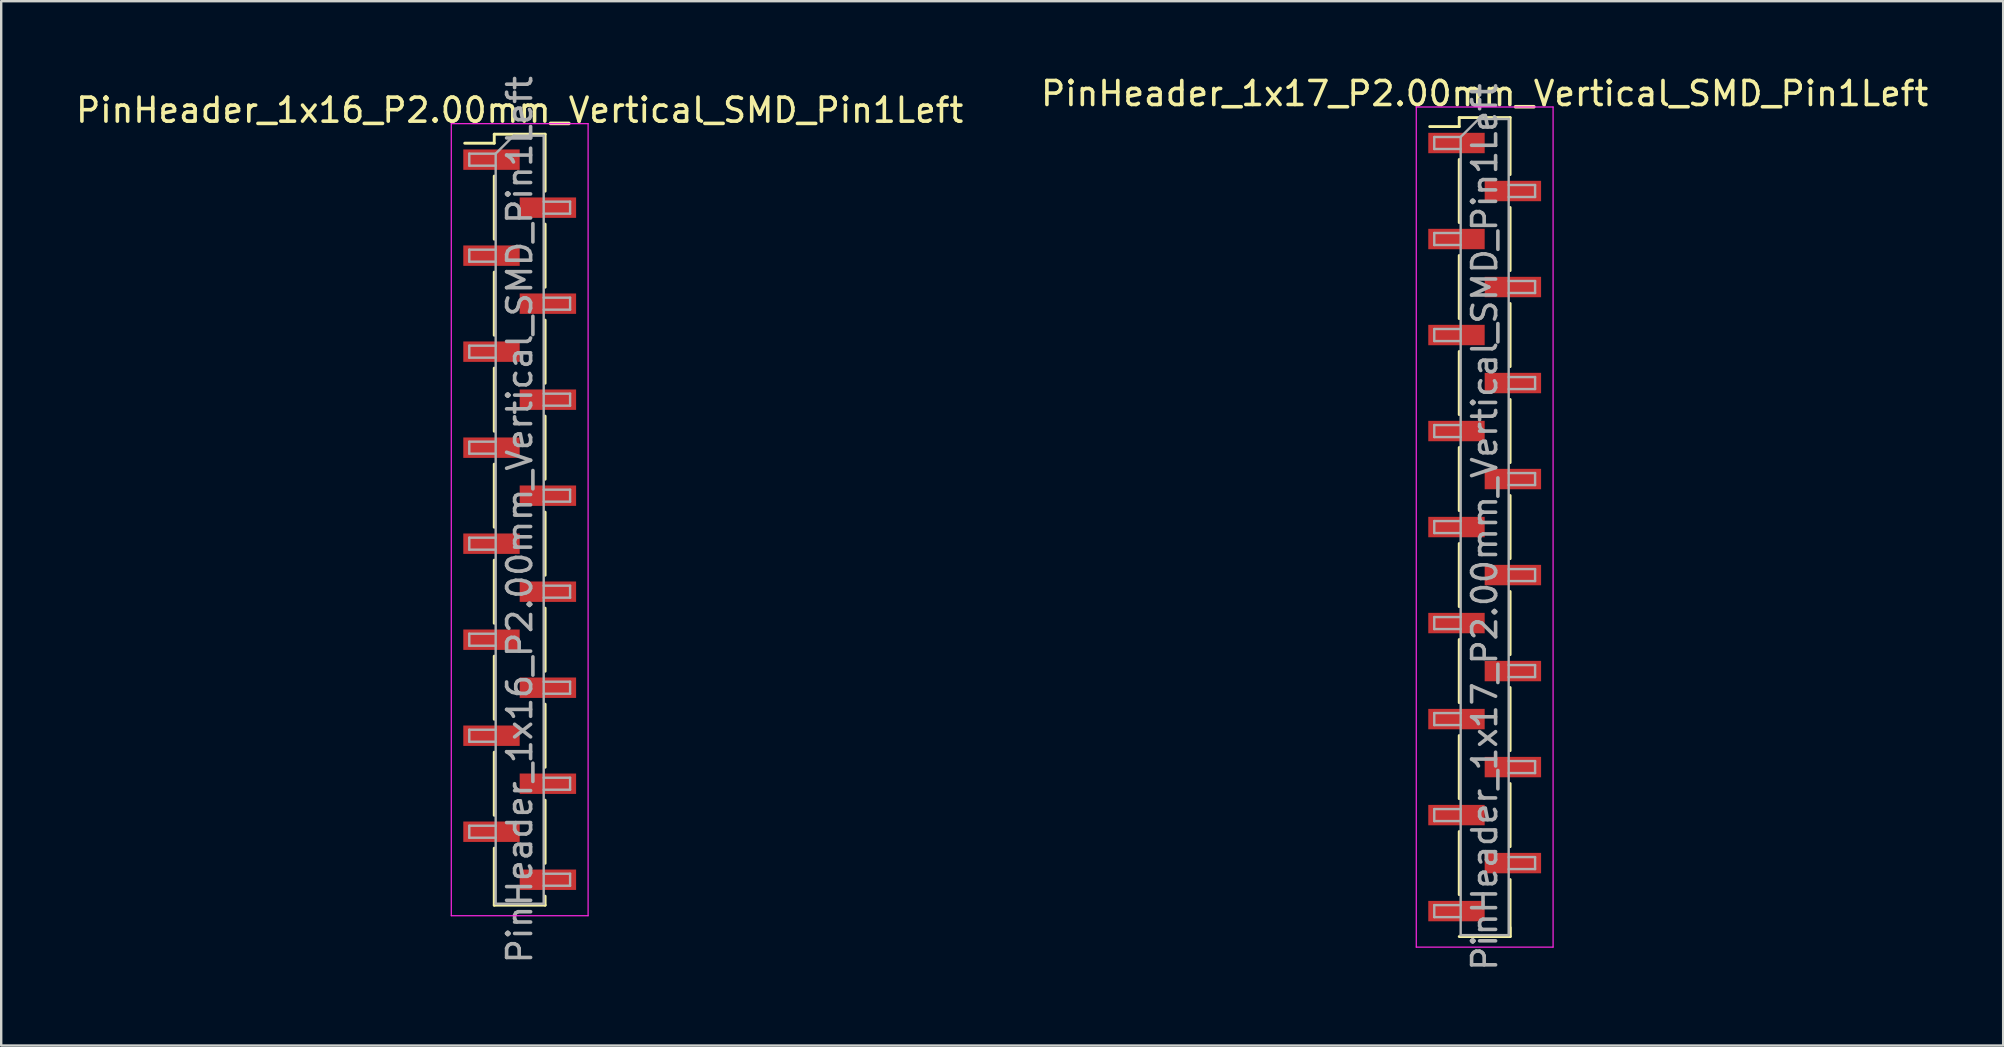
<source format=kicad_pcb>
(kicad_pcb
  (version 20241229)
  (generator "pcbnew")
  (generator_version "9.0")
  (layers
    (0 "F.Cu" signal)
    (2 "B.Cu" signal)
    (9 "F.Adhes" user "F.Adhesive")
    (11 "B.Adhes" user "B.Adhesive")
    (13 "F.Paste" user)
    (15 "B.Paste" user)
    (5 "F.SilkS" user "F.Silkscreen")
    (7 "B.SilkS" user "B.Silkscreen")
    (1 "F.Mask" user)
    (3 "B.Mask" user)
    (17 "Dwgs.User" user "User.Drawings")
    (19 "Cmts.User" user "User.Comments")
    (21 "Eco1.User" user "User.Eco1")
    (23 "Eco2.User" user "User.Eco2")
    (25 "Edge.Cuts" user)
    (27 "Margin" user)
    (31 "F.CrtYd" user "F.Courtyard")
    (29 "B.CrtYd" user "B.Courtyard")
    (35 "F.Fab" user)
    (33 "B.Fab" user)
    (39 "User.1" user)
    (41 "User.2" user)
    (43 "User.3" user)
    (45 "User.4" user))
  (footprint "PinHeader_1x17_P2.00mm_Vertical_SMD_Pin1Left"
    (layer "F.Cu")
    (at 58.804 18.908)
    (property "Reference" "PinHeader_1x17_P2.00mm_Vertical_SMD_Pin1Left" (at 0 -18.06 0) (layer "F.SilkS") (effects (font (size 1 1) (thickness 0.15))))
    (attr smd)
    (fp_line (start -1.06 -17.06) (end -1.06 -16.685) (stroke (width 0.12) (type solid)) (layer "F.SilkS"))
    (fp_line (start -1.06 -17.06) (end 1.06 -17.06) (stroke (width 0.12) (type solid)) (layer "F.SilkS"))
    (fp_line (start -1.06 -16.685) (end -2.29 -16.685) (stroke (width 0.12) (type solid)) (layer "F.SilkS"))
    (fp_line (start -1.06 -15.315) (end -1.06 -12.685) (stroke (width 0.12) (type solid)) (layer "F.SilkS"))
    (fp_line (start -1.06 -11.315) (end -1.06 -8.685) (stroke (width 0.12) (type solid)) (layer "F.SilkS"))
    (fp_line (start -1.06 -7.315) (end -1.06 -4.685) (stroke (width 0.12) (type solid)) (layer "F.SilkS"))
    (fp_line (start -1.06 -3.315) (end -1.06 -0.685) (stroke (width 0.12) (type solid)) (layer "F.SilkS"))
    (fp_line (start -1.06 0.685) (end -1.06 3.315) (stroke (width 0.12) (type solid)) (layer "F.SilkS"))
    (fp_line (start -1.06 4.685) (end -1.06 7.315) (stroke (width 0.12) (type solid)) (layer "F.SilkS"))
    (fp_line (start -1.06 8.685) (end -1.06 11.315) (stroke (width 0.12) (type solid)) (layer "F.SilkS"))
    (fp_line (start -1.06 12.685) (end -1.06 15.315) (stroke (width 0.12) (type solid)) (layer "F.SilkS"))
    (fp_line (start -1.06 17.06) (end 1.06 17.06) (stroke (width 0.12) (type solid)) (layer "F.SilkS"))
    (fp_line (start 1.06 -17.06) (end 1.06 -14.685) (stroke (width 0.12) (type solid)) (layer "F.SilkS"))
    (fp_line (start 1.06 -13.315) (end 1.06 -10.685) (stroke (width 0.12) (type solid)) (layer "F.SilkS"))
    (fp_line (start 1.06 -9.315) (end 1.06 -6.685) (stroke (width 0.12) (type solid)) (layer "F.SilkS"))
    (fp_line (start 1.06 -5.315) (end 1.06 -2.685) (stroke (width 0.12) (type solid)) (layer "F.SilkS"))
    (fp_line (start 1.06 -1.315) (end 1.06 1.315) (stroke (width 0.12) (type solid)) (layer "F.SilkS"))
    (fp_line (start 1.06 2.685) (end 1.06 5.315) (stroke (width 0.12) (type solid)) (layer "F.SilkS"))
    (fp_line (start 1.06 6.685) (end 1.06 9.315) (stroke (width 0.12) (type solid)) (layer "F.SilkS"))
    (fp_line (start 1.06 10.685) (end 1.06 13.315) (stroke (width 0.12) (type solid)) (layer "F.SilkS"))
    (fp_line (start 1.06 14.685) (end 1.06 17.06) (stroke (width 0.12) (type solid)) (layer "F.SilkS"))
    (fp_line (start 1.06 16.685) (end 1.06 17.06) (stroke (width 0.12) (type solid)) (layer "F.SilkS"))
    (fp_line (start -2.85 -17.5) (end -2.85 17.5) (stroke (width 0.05) (type solid)) (layer "F.CrtYd"))
    (fp_line (start -2.85 17.5) (end 2.85 17.5) (stroke (width 0.05) (type solid)) (layer "F.CrtYd"))
    (fp_line (start 2.85 -17.5) (end -2.85 -17.5) (stroke (width 0.05) (type solid)) (layer "F.CrtYd"))
    (fp_line (start 2.85 17.5) (end 2.85 -17.5) (stroke (width 0.05) (type solid)) (layer "F.CrtYd"))
    (fp_line (start -2.1 -16.25) (end -2.1 -15.75) (stroke (width 0.1) (type solid)) (layer "F.Fab"))
    (fp_line (start -2.1 -15.75) (end -1 -15.75) (stroke (width 0.1) (type solid)) (layer "F.Fab"))
    (fp_line (start -2.1 -12.25) (end -2.1 -11.75) (stroke (width 0.1) (type solid)) (layer "F.Fab"))
    (fp_line (start -2.1 -11.75) (end -1 -11.75) (stroke (width 0.1) (type solid)) (layer "F.Fab"))
    (fp_line (start -2.1 -8.25) (end -2.1 -7.75) (stroke (width 0.1) (type solid)) (layer "F.Fab"))
    (fp_line (start -2.1 -7.75) (end -1 -7.75) (stroke (width 0.1) (type solid)) (layer "F.Fab"))
    (fp_line (start -2.1 -4.25) (end -2.1 -3.75) (stroke (width 0.1) (type solid)) (layer "F.Fab"))
    (fp_line (start -2.1 -3.75) (end -1 -3.75) (stroke (width 0.1) (type solid)) (layer "F.Fab"))
    (fp_line (start -2.1 -0.25) (end -2.1 0.25) (stroke (width 0.1) (type solid)) (layer "F.Fab"))
    (fp_line (start -2.1 0.25) (end -1 0.25) (stroke (width 0.1) (type solid)) (layer "F.Fab"))
    (fp_line (start -2.1 3.75) (end -2.1 4.25) (stroke (width 0.1) (type solid)) (layer "F.Fab"))
    (fp_line (start -2.1 4.25) (end -1 4.25) (stroke (width 0.1) (type solid)) (layer "F.Fab"))
    (fp_line (start -2.1 7.75) (end -2.1 8.25) (stroke (width 0.1) (type solid)) (layer "F.Fab"))
    (fp_line (start -2.1 8.25) (end -1 8.25) (stroke (width 0.1) (type solid)) (layer "F.Fab"))
    (fp_line (start -2.1 11.75) (end -2.1 12.25) (stroke (width 0.1) (type solid)) (layer "F.Fab"))
    (fp_line (start -2.1 12.25) (end -1 12.25) (stroke (width 0.1) (type solid)) (layer "F.Fab"))
    (fp_line (start -2.1 15.75) (end -2.1 16.25) (stroke (width 0.1) (type solid)) (layer "F.Fab"))
    (fp_line (start -2.1 16.25) (end -1 16.25) (stroke (width 0.1) (type solid)) (layer "F.Fab"))
    (fp_line (start -1 -16.25) (end -2.1 -16.25) (stroke (width 0.1) (type solid)) (layer "F.Fab"))
    (fp_line (start -1 -16.25) (end -0.25 -17) (stroke (width 0.1) (type solid)) (layer "F.Fab"))
    (fp_line (start -1 -12.25) (end -2.1 -12.25) (stroke (width 0.1) (type solid)) (layer "F.Fab"))
    (fp_line (start -1 -8.25) (end -2.1 -8.25) (stroke (width 0.1) (type solid)) (layer "F.Fab"))
    (fp_line (start -1 -4.25) (end -2.1 -4.25) (stroke (width 0.1) (type solid)) (layer "F.Fab"))
    (fp_line (start -1 -0.25) (end -2.1 -0.25) (stroke (width 0.1) (type solid)) (layer "F.Fab"))
    (fp_line (start -1 3.75) (end -2.1 3.75) (stroke (width 0.1) (type solid)) (layer "F.Fab"))
    (fp_line (start -1 7.75) (end -2.1 7.75) (stroke (width 0.1) (type solid)) (layer "F.Fab"))
    (fp_line (start -1 11.75) (end -2.1 11.75) (stroke (width 0.1) (type solid)) (layer "F.Fab"))
    (fp_line (start -1 15.75) (end -2.1 15.75) (stroke (width 0.1) (type solid)) (layer "F.Fab"))
    (fp_line (start -1 17) (end -1 -16.25) (stroke (width 0.1) (type solid)) (layer "F.Fab"))
    (fp_line (start -0.25 -17) (end 1 -17) (stroke (width 0.1) (type solid)) (layer "F.Fab"))
    (fp_line (start 1 -17) (end 1 17) (stroke (width 0.1) (type solid)) (layer "F.Fab"))
    (fp_line (start 1 -14.25) (end 2.1 -14.25) (stroke (width 0.1) (type solid)) (layer "F.Fab"))
    (fp_line (start 1 -10.25) (end 2.1 -10.25) (stroke (width 0.1) (type solid)) (layer "F.Fab"))
    (fp_line (start 1 -6.25) (end 2.1 -6.25) (stroke (width 0.1) (type solid)) (layer "F.Fab"))
    (fp_line (start 1 -2.25) (end 2.1 -2.25) (stroke (width 0.1) (type solid)) (layer "F.Fab"))
    (fp_line (start 1 1.75) (end 2.1 1.75) (stroke (width 0.1) (type solid)) (layer "F.Fab"))
    (fp_line (start 1 5.75) (end 2.1 5.75) (stroke (width 0.1) (type solid)) (layer "F.Fab"))
    (fp_line (start 1 9.75) (end 2.1 9.75) (stroke (width 0.1) (type solid)) (layer "F.Fab"))
    (fp_line (start 1 13.75) (end 2.1 13.75) (stroke (width 0.1) (type solid)) (layer "F.Fab"))
    (fp_line (start 1 17) (end -1 17) (stroke (width 0.1) (type solid)) (layer "F.Fab"))
    (fp_line (start 2.1 -14.25) (end 2.1 -13.75) (stroke (width 0.1) (type solid)) (layer "F.Fab"))
    (fp_line (start 2.1 -13.75) (end 1 -13.75) (stroke (width 0.1) (type solid)) (layer "F.Fab"))
    (fp_line (start 2.1 -10.25) (end 2.1 -9.75) (stroke (width 0.1) (type solid)) (layer "F.Fab"))
    (fp_line (start 2.1 -9.75) (end 1 -9.75) (stroke (width 0.1) (type solid)) (layer "F.Fab"))
    (fp_line (start 2.1 -6.25) (end 2.1 -5.75) (stroke (width 0.1) (type solid)) (layer "F.Fab"))
    (fp_line (start 2.1 -5.75) (end 1 -5.75) (stroke (width 0.1) (type solid)) (layer "F.Fab"))
    (fp_line (start 2.1 -2.25) (end 2.1 -1.75) (stroke (width 0.1) (type solid)) (layer "F.Fab"))
    (fp_line (start 2.1 -1.75) (end 1 -1.75) (stroke (width 0.1) (type solid)) (layer "F.Fab"))
    (fp_line (start 2.1 1.75) (end 2.1 2.25) (stroke (width 0.1) (type solid)) (layer "F.Fab"))
    (fp_line (start 2.1 2.25) (end 1 2.25) (stroke (width 0.1) (type solid)) (layer "F.Fab"))
    (fp_line (start 2.1 5.75) (end 2.1 6.25) (stroke (width 0.1) (type solid)) (layer "F.Fab"))
    (fp_line (start 2.1 6.25) (end 1 6.25) (stroke (width 0.1) (type solid)) (layer "F.Fab"))
    (fp_line (start 2.1 9.75) (end 2.1 10.25) (stroke (width 0.1) (type solid)) (layer "F.Fab"))
    (fp_line (start 2.1 10.25) (end 1 10.25) (stroke (width 0.1) (type solid)) (layer "F.Fab"))
    (fp_line (start 2.1 13.75) (end 2.1 14.25) (stroke (width 0.1) (type solid)) (layer "F.Fab"))
    (fp_line (start 2.1 14.25) (end 1 14.25) (stroke (width 0.1) (type solid)) (layer "F.Fab"))
    (fp_text user "${REFERENCE}" (at 0 0 90) (layer "F.Fab") (effects (font (size 1 1) (thickness 0.15))))
    (pad "1" smd rect (at -1.175 -16) (size 2.35 0.85) (layers "F.Cu" "F.Mask" "F.Paste"))
    (pad "2" smd rect (at 1.175 -14) (size 2.35 0.85) (layers "F.Cu" "F.Mask" "F.Paste"))
    (pad "3" smd rect (at -1.175 -12) (size 2.35 0.85) (layers "F.Cu" "F.Mask" "F.Paste"))
    (pad "4" smd rect (at 1.175 -10) (size 2.35 0.85) (layers "F.Cu" "F.Mask" "F.Paste"))
    (pad "5" smd rect (at -1.175 -8) (size 2.35 0.85) (layers "F.Cu" "F.Mask" "F.Paste"))
    (pad "6" smd rect (at 1.175 -6) (size 2.35 0.85) (layers "F.Cu" "F.Mask" "F.Paste"))
    (pad "7" smd rect (at -1.175 -4) (size 2.35 0.85) (layers "F.Cu" "F.Mask" "F.Paste"))
    (pad "8" smd rect (at 1.175 -2) (size 2.35 0.85) (layers "F.Cu" "F.Mask" "F.Paste"))
    (pad "9" smd rect (at -1.175 0) (size 2.35 0.85) (layers "F.Cu" "F.Mask" "F.Paste"))
    (pad "10" smd rect (at 1.175 2) (size 2.35 0.85) (layers "F.Cu" "F.Mask" "F.Paste"))
    (pad "11" smd rect (at -1.175 4) (size 2.35 0.85) (layers "F.Cu" "F.Mask" "F.Paste"))
    (pad "12" smd rect (at 1.175 6) (size 2.35 0.85) (layers "F.Cu" "F.Mask" "F.Paste"))
    (pad "13" smd rect (at -1.175 8) (size 2.35 0.85) (layers "F.Cu" "F.Mask" "F.Paste"))
    (pad "14" smd rect (at 1.175 10) (size 2.35 0.85) (layers "F.Cu" "F.Mask" "F.Paste"))
    (pad "15" smd rect (at -1.175 12) (size 2.35 0.85) (layers "F.Cu" "F.Mask" "F.Paste"))
    (pad "16" smd rect (at 1.175 14) (size 2.35 0.85) (layers "F.Cu" "F.Mask" "F.Paste"))
    (pad "17" smd rect (at -1.175 16) (size 2.35 0.85) (layers "F.Cu" "F.Mask" "F.Paste")))
  (footprint "PinHeader_1x16_P2.00mm_Vertical_SMD_Pin1Left"
    (layer "F.Cu")
    (at 18.601 18.601)
    (property "Reference" "PinHeader_1x16_P2.00mm_Vertical_SMD_Pin1Left" (at 0 -17.06 0) (layer "F.SilkS") (effects (font (size 1 1) (thickness 0.15))))
    (attr smd)
    (fp_line (start -1.06 -16.06) (end -1.06 -15.685) (stroke (width 0.12) (type solid)) (layer "F.SilkS"))
    (fp_line (start -1.06 -16.06) (end 1.06 -16.06) (stroke (width 0.12) (type solid)) (layer "F.SilkS"))
    (fp_line (start -1.06 -15.685) (end -2.29 -15.685) (stroke (width 0.12) (type solid)) (layer "F.SilkS"))
    (fp_line (start -1.06 -14.315) (end -1.06 -11.685) (stroke (width 0.12) (type solid)) (layer "F.SilkS"))
    (fp_line (start -1.06 -10.315) (end -1.06 -7.685) (stroke (width 0.12) (type solid)) (layer "F.SilkS"))
    (fp_line (start -1.06 -6.315) (end -1.06 -3.685) (stroke (width 0.12) (type solid)) (layer "F.SilkS"))
    (fp_line (start -1.06 -2.315) (end -1.06 0.315) (stroke (width 0.12) (type solid)) (layer "F.SilkS"))
    (fp_line (start -1.06 1.685) (end -1.06 4.315) (stroke (width 0.12) (type solid)) (layer "F.SilkS"))
    (fp_line (start -1.06 5.685) (end -1.06 8.315) (stroke (width 0.12) (type solid)) (layer "F.SilkS"))
    (fp_line (start -1.06 9.685) (end -1.06 12.315) (stroke (width 0.12) (type solid)) (layer "F.SilkS"))
    (fp_line (start -1.06 13.685) (end -1.06 16.06) (stroke (width 0.12) (type solid)) (layer "F.SilkS"))
    (fp_line (start -1.06 16.06) (end 1.06 16.06) (stroke (width 0.12) (type solid)) (layer "F.SilkS"))
    (fp_line (start 1.06 -16.06) (end 1.06 -13.685) (stroke (width 0.12) (type solid)) (layer "F.SilkS"))
    (fp_line (start 1.06 -12.315) (end 1.06 -9.685) (stroke (width 0.12) (type solid)) (layer "F.SilkS"))
    (fp_line (start 1.06 -8.315) (end 1.06 -5.685) (stroke (width 0.12) (type solid)) (layer "F.SilkS"))
    (fp_line (start 1.06 -4.315) (end 1.06 -1.685) (stroke (width 0.12) (type solid)) (layer "F.SilkS"))
    (fp_line (start 1.06 -0.315) (end 1.06 2.315) (stroke (width 0.12) (type solid)) (layer "F.SilkS"))
    (fp_line (start 1.06 3.685) (end 1.06 6.315) (stroke (width 0.12) (type solid)) (layer "F.SilkS"))
    (fp_line (start 1.06 7.685) (end 1.06 10.315) (stroke (width 0.12) (type solid)) (layer "F.SilkS"))
    (fp_line (start 1.06 11.685) (end 1.06 14.315) (stroke (width 0.12) (type solid)) (layer "F.SilkS"))
    (fp_line (start 1.06 15.685) (end 1.06 16.06) (stroke (width 0.12) (type solid)) (layer "F.SilkS"))
    (fp_line (start -2.85 -16.5) (end -2.85 16.5) (stroke (width 0.05) (type solid)) (layer "F.CrtYd"))
    (fp_line (start -2.85 16.5) (end 2.85 16.5) (stroke (width 0.05) (type solid)) (layer "F.CrtYd"))
    (fp_line (start 2.85 -16.5) (end -2.85 -16.5) (stroke (width 0.05) (type solid)) (layer "F.CrtYd"))
    (fp_line (start 2.85 16.5) (end 2.85 -16.5) (stroke (width 0.05) (type solid)) (layer "F.CrtYd"))
    (fp_line (start -2.1 -15.25) (end -2.1 -14.75) (stroke (width 0.1) (type solid)) (layer "F.Fab"))
    (fp_line (start -2.1 -14.75) (end -1 -14.75) (stroke (width 0.1) (type solid)) (layer "F.Fab"))
    (fp_line (start -2.1 -11.25) (end -2.1 -10.75) (stroke (width 0.1) (type solid)) (layer "F.Fab"))
    (fp_line (start -2.1 -10.75) (end -1 -10.75) (stroke (width 0.1) (type solid)) (layer "F.Fab"))
    (fp_line (start -2.1 -7.25) (end -2.1 -6.75) (stroke (width 0.1) (type solid)) (layer "F.Fab"))
    (fp_line (start -2.1 -6.75) (end -1 -6.75) (stroke (width 0.1) (type solid)) (layer "F.Fab"))
    (fp_line (start -2.1 -3.25) (end -2.1 -2.75) (stroke (width 0.1) (type solid)) (layer "F.Fab"))
    (fp_line (start -2.1 -2.75) (end -1 -2.75) (stroke (width 0.1) (type solid)) (layer "F.Fab"))
    (fp_line (start -2.1 0.75) (end -2.1 1.25) (stroke (width 0.1) (type solid)) (layer "F.Fab"))
    (fp_line (start -2.1 1.25) (end -1 1.25) (stroke (width 0.1) (type solid)) (layer "F.Fab"))
    (fp_line (start -2.1 4.75) (end -2.1 5.25) (stroke (width 0.1) (type solid)) (layer "F.Fab"))
    (fp_line (start -2.1 5.25) (end -1 5.25) (stroke (width 0.1) (type solid)) (layer "F.Fab"))
    (fp_line (start -2.1 8.75) (end -2.1 9.25) (stroke (width 0.1) (type solid)) (layer "F.Fab"))
    (fp_line (start -2.1 9.25) (end -1 9.25) (stroke (width 0.1) (type solid)) (layer "F.Fab"))
    (fp_line (start -2.1 12.75) (end -2.1 13.25) (stroke (width 0.1) (type solid)) (layer "F.Fab"))
    (fp_line (start -2.1 13.25) (end -1 13.25) (stroke (width 0.1) (type solid)) (layer "F.Fab"))
    (fp_line (start -1 -15.25) (end -2.1 -15.25) (stroke (width 0.1) (type solid)) (layer "F.Fab"))
    (fp_line (start -1 -15.25) (end -0.25 -16) (stroke (width 0.1) (type solid)) (layer "F.Fab"))
    (fp_line (start -1 -11.25) (end -2.1 -11.25) (stroke (width 0.1) (type solid)) (layer "F.Fab"))
    (fp_line (start -1 -7.25) (end -2.1 -7.25) (stroke (width 0.1) (type solid)) (layer "F.Fab"))
    (fp_line (start -1 -3.25) (end -2.1 -3.25) (stroke (width 0.1) (type solid)) (layer "F.Fab"))
    (fp_line (start -1 0.75) (end -2.1 0.75) (stroke (width 0.1) (type solid)) (layer "F.Fab"))
    (fp_line (start -1 4.75) (end -2.1 4.75) (stroke (width 0.1) (type solid)) (layer "F.Fab"))
    (fp_line (start -1 8.75) (end -2.1 8.75) (stroke (width 0.1) (type solid)) (layer "F.Fab"))
    (fp_line (start -1 12.75) (end -2.1 12.75) (stroke (width 0.1) (type solid)) (layer "F.Fab"))
    (fp_line (start -1 16) (end -1 -15.25) (stroke (width 0.1) (type solid)) (layer "F.Fab"))
    (fp_line (start -0.25 -16) (end 1 -16) (stroke (width 0.1) (type solid)) (layer "F.Fab"))
    (fp_line (start 1 -16) (end 1 16) (stroke (width 0.1) (type solid)) (layer "F.Fab"))
    (fp_line (start 1 -13.25) (end 2.1 -13.25) (stroke (width 0.1) (type solid)) (layer "F.Fab"))
    (fp_line (start 1 -9.25) (end 2.1 -9.25) (stroke (width 0.1) (type solid)) (layer "F.Fab"))
    (fp_line (start 1 -5.25) (end 2.1 -5.25) (stroke (width 0.1) (type solid)) (layer "F.Fab"))
    (fp_line (start 1 -1.25) (end 2.1 -1.25) (stroke (width 0.1) (type solid)) (layer "F.Fab"))
    (fp_line (start 1 2.75) (end 2.1 2.75) (stroke (width 0.1) (type solid)) (layer "F.Fab"))
    (fp_line (start 1 6.75) (end 2.1 6.75) (stroke (width 0.1) (type solid)) (layer "F.Fab"))
    (fp_line (start 1 10.75) (end 2.1 10.75) (stroke (width 0.1) (type solid)) (layer "F.Fab"))
    (fp_line (start 1 14.75) (end 2.1 14.75) (stroke (width 0.1) (type solid)) (layer "F.Fab"))
    (fp_line (start 1 16) (end -1 16) (stroke (width 0.1) (type solid)) (layer "F.Fab"))
    (fp_line (start 2.1 -13.25) (end 2.1 -12.75) (stroke (width 0.1) (type solid)) (layer "F.Fab"))
    (fp_line (start 2.1 -12.75) (end 1 -12.75) (stroke (width 0.1) (type solid)) (layer "F.Fab"))
    (fp_line (start 2.1 -9.25) (end 2.1 -8.75) (stroke (width 0.1) (type solid)) (layer "F.Fab"))
    (fp_line (start 2.1 -8.75) (end 1 -8.75) (stroke (width 0.1) (type solid)) (layer "F.Fab"))
    (fp_line (start 2.1 -5.25) (end 2.1 -4.75) (stroke (width 0.1) (type solid)) (layer "F.Fab"))
    (fp_line (start 2.1 -4.75) (end 1 -4.75) (stroke (width 0.1) (type solid)) (layer "F.Fab"))
    (fp_line (start 2.1 -1.25) (end 2.1 -0.75) (stroke (width 0.1) (type solid)) (layer "F.Fab"))
    (fp_line (start 2.1 -0.75) (end 1 -0.75) (stroke (width 0.1) (type solid)) (layer "F.Fab"))
    (fp_line (start 2.1 2.75) (end 2.1 3.25) (stroke (width 0.1) (type solid)) (layer "F.Fab"))
    (fp_line (start 2.1 3.25) (end 1 3.25) (stroke (width 0.1) (type solid)) (layer "F.Fab"))
    (fp_line (start 2.1 6.75) (end 2.1 7.25) (stroke (width 0.1) (type solid)) (layer "F.Fab"))
    (fp_line (start 2.1 7.25) (end 1 7.25) (stroke (width 0.1) (type solid)) (layer "F.Fab"))
    (fp_line (start 2.1 10.75) (end 2.1 11.25) (stroke (width 0.1) (type solid)) (layer "F.Fab"))
    (fp_line (start 2.1 11.25) (end 1 11.25) (stroke (width 0.1) (type solid)) (layer "F.Fab"))
    (fp_line (start 2.1 14.75) (end 2.1 15.25) (stroke (width 0.1) (type solid)) (layer "F.Fab"))
    (fp_line (start 2.1 15.25) (end 1 15.25) (stroke (width 0.1) (type solid)) (layer "F.Fab"))
    (fp_text user "${REFERENCE}" (at 0 0 90) (layer "F.Fab") (effects (font (size 1 1) (thickness 0.15))))
    (pad "1" smd rect (at -1.175 -15) (size 2.35 0.85) (layers "F.Cu" "F.Mask" "F.Paste"))
    (pad "2" smd rect (at 1.175 -13) (size 2.35 0.85) (layers "F.Cu" "F.Mask" "F.Paste"))
    (pad "3" smd rect (at -1.175 -11) (size 2.35 0.85) (layers "F.Cu" "F.Mask" "F.Paste"))
    (pad "4" smd rect (at 1.175 -9) (size 2.35 0.85) (layers "F.Cu" "F.Mask" "F.Paste"))
    (pad "5" smd rect (at -1.175 -7) (size 2.35 0.85) (layers "F.Cu" "F.Mask" "F.Paste"))
    (pad "6" smd rect (at 1.175 -5) (size 2.35 0.85) (layers "F.Cu" "F.Mask" "F.Paste"))
    (pad "7" smd rect (at -1.175 -3) (size 2.35 0.85) (layers "F.Cu" "F.Mask" "F.Paste"))
    (pad "8" smd rect (at 1.175 -1) (size 2.35 0.85) (layers "F.Cu" "F.Mask" "F.Paste"))
    (pad "9" smd rect (at -1.175 1) (size 2.35 0.85) (layers "F.Cu" "F.Mask" "F.Paste"))
    (pad "10" smd rect (at 1.175 3) (size 2.35 0.85) (layers "F.Cu" "F.Mask" "F.Paste"))
    (pad "11" smd rect (at -1.175 5) (size 2.35 0.85) (layers "F.Cu" "F.Mask" "F.Paste"))
    (pad "12" smd rect (at 1.175 7) (size 2.35 0.85) (layers "F.Cu" "F.Mask" "F.Paste"))
    (pad "13" smd rect (at -1.175 9) (size 2.35 0.85) (layers "F.Cu" "F.Mask" "F.Paste"))
    (pad "14" smd rect (at 1.175 11) (size 2.35 0.85) (layers "F.Cu" "F.Mask" "F.Paste"))
    (pad "15" smd rect (at -1.175 13) (size 2.35 0.85) (layers "F.Cu" "F.Mask" "F.Paste"))
    (pad "16" smd rect (at 1.175 15) (size 2.35 0.85) (layers "F.Cu" "F.Mask" "F.Paste")))
  (gr_rect
    (start -3 -3)
    (end 80.405 40.509)
    (stroke (width 0.1) (type default))
    (fill no)
    (layer "Edge.Cuts")))
</source>
